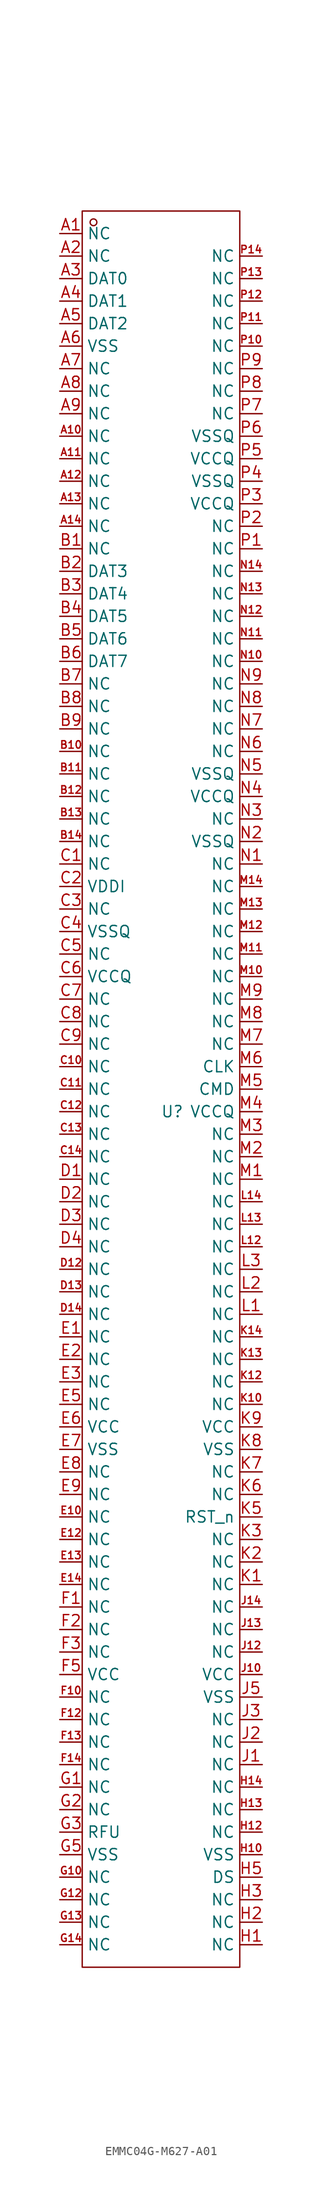
<source format=kicad_sym>
(kicad_symbol_lib
  (version 20231120)
  (generator "kicad_symbol_editor")
  (generator_version "8.0")
  (symbol "EMMC04G-M627-A01"
    (property "Reference" "U"
      (at 0 0 0)
      (effects (font (size 1.27 1.27))))
    (property "Value" ""
      (at 0 0 0)
      (effects (font (size 1.27 1.27))))
    (symbol "EMMC04G-M627-A01_1_0"
      (rectangle (start -10.16 -96.52) (end 7.62 101.6) (stroke (width 0) (type default)) (fill (type none)))
      (circle (center -8.89 100.33) (radius 0.381) (stroke (width 0) (type default)) (fill (type none)))
      (pin unspecified line (at -12.7 99.06 0) (length 2.54) (name "NC" (effects (font (size 1.27 1.27)))) (number "A1" (effects (font (size 1.27 1.27)))))
      (pin unspecified line (at -12.7 76.2 0) (length 2.54) (name "NC" (effects (font (size 1.27 1.27)))) (number "A10" (effects (font (size 0.847 0.847)))))
      (pin unspecified line (at -12.7 73.66 0) (length 2.54) (name "NC" (effects (font (size 1.27 1.27)))) (number "A11" (effects (font (size 0.847 0.847)))))
      (pin unspecified line (at -12.7 71.12 0) (length 2.54) (name "NC" (effects (font (size 1.27 1.27)))) (number "A12" (effects (font (size 0.847 0.847)))))
      (pin unspecified line (at -12.7 68.58 0) (length 2.54) (name "NC" (effects (font (size 1.27 1.27)))) (number "A13" (effects (font (size 0.847 0.847)))))
      (pin unspecified line (at -12.7 66.04 0) (length 2.54) (name "NC" (effects (font (size 1.27 1.27)))) (number "A14" (effects (font (size 0.847 0.847)))))
      (pin unspecified line (at -12.7 96.52 0) (length 2.54) (name "NC" (effects (font (size 1.27 1.27)))) (number "A2" (effects (font (size 1.27 1.27)))))
      (pin unspecified line (at -12.7 93.98 0) (length 2.54) (name "DAT0" (effects (font (size 1.27 1.27)))) (number "A3" (effects (font (size 1.27 1.27)))))
      (pin unspecified line (at -12.7 91.44 0) (length 2.54) (name "DAT1" (effects (font (size 1.27 1.27)))) (number "A4" (effects (font (size 1.27 1.27)))))
      (pin unspecified line (at -12.7 88.9 0) (length 2.54) (name "DAT2" (effects (font (size 1.27 1.27)))) (number "A5" (effects (font (size 1.27 1.27)))))
      (pin unspecified line (at -12.7 86.36 0) (length 2.54) (name "VSS" (effects (font (size 1.27 1.27)))) (number "A6" (effects (font (size 1.27 1.27)))))
      (pin unspecified line (at -12.7 83.82 0) (length 2.54) (name "NC" (effects (font (size 1.27 1.27)))) (number "A7" (effects (font (size 1.27 1.27)))))
      (pin unspecified line (at -12.7 81.28 0) (length 2.54) (name "NC" (effects (font (size 1.27 1.27)))) (number "A8" (effects (font (size 1.27 1.27)))))
      (pin unspecified line (at -12.7 78.74 0) (length 2.54) (name "NC" (effects (font (size 1.27 1.27)))) (number "A9" (effects (font (size 1.27 1.27)))))
      (pin unspecified line (at -12.7 63.5 0) (length 2.54) (name "NC" (effects (font (size 1.27 1.27)))) (number "B1" (effects (font (size 1.27 1.27)))))
      (pin unspecified line (at -12.7 40.64 0) (length 2.54) (name "NC" (effects (font (size 1.27 1.27)))) (number "B10" (effects (font (size 0.847 0.847)))))
      (pin unspecified line (at -12.7 38.1 0) (length 2.54) (name "NC" (effects (font (size 1.27 1.27)))) (number "B11" (effects (font (size 0.847 0.847)))))
      (pin unspecified line (at -12.7 35.56 0) (length 2.54) (name "NC" (effects (font (size 1.27 1.27)))) (number "B12" (effects (font (size 0.847 0.847)))))
      (pin unspecified line (at -12.7 33.02 0) (length 2.54) (name "NC" (effects (font (size 1.27 1.27)))) (number "B13" (effects (font (size 0.847 0.847)))))
      (pin unspecified line (at -12.7 30.48 0) (length 2.54) (name "NC" (effects (font (size 1.27 1.27)))) (number "B14" (effects (font (size 0.847 0.847)))))
      (pin unspecified line (at -12.7 60.96 0) (length 2.54) (name "DAT3" (effects (font (size 1.27 1.27)))) (number "B2" (effects (font (size 1.27 1.27)))))
      (pin unspecified line (at -12.7 58.42 0) (length 2.54) (name "DAT4" (effects (font (size 1.27 1.27)))) (number "B3" (effects (font (size 1.27 1.27)))))
      (pin unspecified line (at -12.7 55.88 0) (length 2.54) (name "DAT5" (effects (font (size 1.27 1.27)))) (number "B4" (effects (font (size 1.27 1.27)))))
      (pin unspecified line (at -12.7 53.34 0) (length 2.54) (name "DAT6" (effects (font (size 1.27 1.27)))) (number "B5" (effects (font (size 1.27 1.27)))))
      (pin unspecified line (at -12.7 50.8 0) (length 2.54) (name "DAT7" (effects (font (size 1.27 1.27)))) (number "B6" (effects (font (size 1.27 1.27)))))
      (pin unspecified line (at -12.7 48.26 0) (length 2.54) (name "NC" (effects (font (size 1.27 1.27)))) (number "B7" (effects (font (size 1.27 1.27)))))
      (pin unspecified line (at -12.7 45.72 0) (length 2.54) (name "NC" (effects (font (size 1.27 1.27)))) (number "B8" (effects (font (size 1.27 1.27)))))
      (pin unspecified line (at -12.7 43.18 0) (length 2.54) (name "NC" (effects (font (size 1.27 1.27)))) (number "B9" (effects (font (size 1.27 1.27)))))
      (pin unspecified line (at -12.7 27.94 0) (length 2.54) (name "NC" (effects (font (size 1.27 1.27)))) (number "C1" (effects (font (size 1.27 1.27)))))
      (pin unspecified line (at -12.7 5.08 0) (length 2.54) (name "NC" (effects (font (size 1.27 1.27)))) (number "C10" (effects (font (size 0.847 0.847)))))
      (pin unspecified line (at -12.7 2.54 0) (length 2.54) (name "NC" (effects (font (size 1.27 1.27)))) (number "C11" (effects (font (size 0.847 0.847)))))
      (pin unspecified line (at -12.7 0 0) (length 2.54) (name "NC" (effects (font (size 1.27 1.27)))) (number "C12" (effects (font (size 0.847 0.847)))))
      (pin unspecified line (at -12.7 -2.54 0) (length 2.54) (name "NC" (effects (font (size 1.27 1.27)))) (number "C13" (effects (font (size 0.847 0.847)))))
      (pin unspecified line (at -12.7 -5.08 0) (length 2.54) (name "NC" (effects (font (size 1.27 1.27)))) (number "C14" (effects (font (size 0.847 0.847)))))
      (pin unspecified line (at -12.7 25.4 0) (length 2.54) (name "VDDI" (effects (font (size 1.27 1.27)))) (number "C2" (effects (font (size 1.27 1.27)))))
      (pin unspecified line (at -12.7 22.86 0) (length 2.54) (name "NC" (effects (font (size 1.27 1.27)))) (number "C3" (effects (font (size 1.27 1.27)))))
      (pin unspecified line (at -12.7 20.32 0) (length 2.54) (name "VSSQ" (effects (font (size 1.27 1.27)))) (number "C4" (effects (font (size 1.27 1.27)))))
      (pin unspecified line (at -12.7 17.78 0) (length 2.54) (name "NC" (effects (font (size 1.27 1.27)))) (number "C5" (effects (font (size 1.27 1.27)))))
      (pin unspecified line (at -12.7 15.24 0) (length 2.54) (name "VCCQ" (effects (font (size 1.27 1.27)))) (number "C6" (effects (font (size 1.27 1.27)))))
      (pin unspecified line (at -12.7 12.7 0) (length 2.54) (name "NC" (effects (font (size 1.27 1.27)))) (number "C7" (effects (font (size 1.27 1.27)))))
      (pin unspecified line (at -12.7 10.16 0) (length 2.54) (name "NC" (effects (font (size 1.27 1.27)))) (number "C8" (effects (font (size 1.27 1.27)))))
      (pin unspecified line (at -12.7 7.62 0) (length 2.54) (name "NC" (effects (font (size 1.27 1.27)))) (number "C9" (effects (font (size 1.27 1.27)))))
      (pin unspecified line (at -12.7 -7.62 0) (length 2.54) (name "NC" (effects (font (size 1.27 1.27)))) (number "D1" (effects (font (size 1.27 1.27)))))
      (pin unspecified line (at -12.7 -17.78 0) (length 2.54) (name "NC" (effects (font (size 1.27 1.27)))) (number "D12" (effects (font (size 0.847 0.847)))))
      (pin unspecified line (at -12.7 -20.32 0) (length 2.54) (name "NC" (effects (font (size 1.27 1.27)))) (number "D13" (effects (font (size 0.847 0.847)))))
      (pin unspecified line (at -12.7 -22.86 0) (length 2.54) (name "NC" (effects (font (size 1.27 1.27)))) (number "D14" (effects (font (size 0.847 0.847)))))
      (pin unspecified line (at -12.7 -10.16 0) (length 2.54) (name "NC" (effects (font (size 1.27 1.27)))) (number "D2" (effects (font (size 1.27 1.27)))))
      (pin unspecified line (at -12.7 -12.7 0) (length 2.54) (name "NC" (effects (font (size 1.27 1.27)))) (number "D3" (effects (font (size 1.27 1.27)))))
      (pin unspecified line (at -12.7 -15.24 0) (length 2.54) (name "NC" (effects (font (size 1.27 1.27)))) (number "D4" (effects (font (size 1.27 1.27)))))
      (pin unspecified line (at -12.7 -25.4 0) (length 2.54) (name "NC" (effects (font (size 1.27 1.27)))) (number "E1" (effects (font (size 1.27 1.27)))))
      (pin unspecified line (at -12.7 -45.72 0) (length 2.54) (name "NC" (effects (font (size 1.27 1.27)))) (number "E10" (effects (font (size 0.847 0.847)))))
      (pin unspecified line (at -12.7 -48.26 0) (length 2.54) (name "NC" (effects (font (size 1.27 1.27)))) (number "E12" (effects (font (size 0.847 0.847)))))
      (pin unspecified line (at -12.7 -50.8 0) (length 2.54) (name "NC" (effects (font (size 1.27 1.27)))) (number "E13" (effects (font (size 0.847 0.847)))))
      (pin unspecified line (at -12.7 -53.34 0) (length 2.54) (name "NC" (effects (font (size 1.27 1.27)))) (number "E14" (effects (font (size 0.847 0.847)))))
      (pin unspecified line (at -12.7 -27.94 0) (length 2.54) (name "NC" (effects (font (size 1.27 1.27)))) (number "E2" (effects (font (size 1.27 1.27)))))
      (pin unspecified line (at -12.7 -30.48 0) (length 2.54) (name "NC" (effects (font (size 1.27 1.27)))) (number "E3" (effects (font (size 1.27 1.27)))))
      (pin unspecified line (at -12.7 -33.02 0) (length 2.54) (name "NC" (effects (font (size 1.27 1.27)))) (number "E5" (effects (font (size 1.27 1.27)))))
      (pin unspecified line (at -12.7 -35.56 0) (length 2.54) (name "VCC" (effects (font (size 1.27 1.27)))) (number "E6" (effects (font (size 1.27 1.27)))))
      (pin unspecified line (at -12.7 -38.1 0) (length 2.54) (name "VSS" (effects (font (size 1.27 1.27)))) (number "E7" (effects (font (size 1.27 1.27)))))
      (pin unspecified line (at -12.7 -40.64 0) (length 2.54) (name "NC" (effects (font (size 1.27 1.27)))) (number "E8" (effects (font (size 1.27 1.27)))))
      (pin unspecified line (at -12.7 -43.18 0) (length 2.54) (name "NC" (effects (font (size 1.27 1.27)))) (number "E9" (effects (font (size 1.27 1.27)))))
      (pin unspecified line (at -12.7 -55.88 0) (length 2.54) (name "NC" (effects (font (size 1.27 1.27)))) (number "F1" (effects (font (size 1.27 1.27)))))
      (pin unspecified line (at -12.7 -66.04 0) (length 2.54) (name "NC" (effects (font (size 1.27 1.27)))) (number "F10" (effects (font (size 0.847 0.847)))))
      (pin unspecified line (at -12.7 -68.58 0) (length 2.54) (name "NC" (effects (font (size 1.27 1.27)))) (number "F12" (effects (font (size 0.847 0.847)))))
      (pin unspecified line (at -12.7 -71.12 0) (length 2.54) (name "NC" (effects (font (size 1.27 1.27)))) (number "F13" (effects (font (size 0.847 0.847)))))
      (pin unspecified line (at -12.7 -73.66 0) (length 2.54) (name "NC" (effects (font (size 1.27 1.27)))) (number "F14" (effects (font (size 0.847 0.847)))))
      (pin unspecified line (at -12.7 -58.42 0) (length 2.54) (name "NC" (effects (font (size 1.27 1.27)))) (number "F2" (effects (font (size 1.27 1.27)))))
      (pin unspecified line (at -12.7 -60.96 0) (length 2.54) (name "NC" (effects (font (size 1.27 1.27)))) (number "F3" (effects (font (size 1.27 1.27)))))
      (pin unspecified line (at -12.7 -63.5 0) (length 2.54) (name "VCC" (effects (font (size 1.27 1.27)))) (number "F5" (effects (font (size 1.27 1.27)))))
      (pin unspecified line (at -12.7 -76.2 0) (length 2.54) (name "NC" (effects (font (size 1.27 1.27)))) (number "G1" (effects (font (size 1.27 1.27)))))
      (pin unspecified line (at -12.7 -86.36 0) (length 2.54) (name "NC" (effects (font (size 1.27 1.27)))) (number "G10" (effects (font (size 0.847 0.847)))))
      (pin unspecified line (at -12.7 -88.9 0) (length 2.54) (name "NC" (effects (font (size 1.27 1.27)))) (number "G12" (effects (font (size 0.847 0.847)))))
      (pin unspecified line (at -12.7 -91.44 0) (length 2.54) (name "NC" (effects (font (size 1.27 1.27)))) (number "G13" (effects (font (size 0.847 0.847)))))
      (pin unspecified line (at -12.7 -93.98 0) (length 2.54) (name "NC" (effects (font (size 1.27 1.27)))) (number "G14" (effects (font (size 0.847 0.847)))))
      (pin unspecified line (at -12.7 -78.74 0) (length 2.54) (name "NC" (effects (font (size 1.27 1.27)))) (number "G2" (effects (font (size 1.27 1.27)))))
      (pin unspecified line (at -12.7 -81.28 0) (length 2.54) (name "RFU" (effects (font (size 1.27 1.27)))) (number "G3" (effects (font (size 1.27 1.27)))))
      (pin unspecified line (at -12.7 -83.82 0) (length 2.54) (name "VSS" (effects (font (size 1.27 1.27)))) (number "G5" (effects (font (size 1.27 1.27)))))
      (pin unspecified line (at 10.16 -93.98 180) (length 2.54) (name "NC" (effects (font (size 1.27 1.27)))) (number "H1" (effects (font (size 1.27 1.27)))))
      (pin unspecified line (at 10.16 -83.82 180) (length 2.54) (name "VSS" (effects (font (size 1.27 1.27)))) (number "H10" (effects (font (size 0.847 0.847)))))
      (pin unspecified line (at 10.16 -81.28 180) (length 2.54) (name "NC" (effects (font (size 1.27 1.27)))) (number "H12" (effects (font (size 0.847 0.847)))))
      (pin unspecified line (at 10.16 -78.74 180) (length 2.54) (name "NC" (effects (font (size 1.27 1.27)))) (number "H13" (effects (font (size 0.847 0.847)))))
      (pin unspecified line (at 10.16 -76.2 180) (length 2.54) (name "NC" (effects (font (size 1.27 1.27)))) (number "H14" (effects (font (size 0.847 0.847)))))
      (pin unspecified line (at 10.16 -91.44 180) (length 2.54) (name "NC" (effects (font (size 1.27 1.27)))) (number "H2" (effects (font (size 1.27 1.27)))))
      (pin unspecified line (at 10.16 -88.9 180) (length 2.54) (name "NC" (effects (font (size 1.27 1.27)))) (number "H3" (effects (font (size 1.27 1.27)))))
      (pin unspecified line (at 10.16 -86.36 180) (length 2.54) (name "DS" (effects (font (size 1.27 1.27)))) (number "H5" (effects (font (size 1.27 1.27)))))
      (pin unspecified line (at 10.16 -73.66 180) (length 2.54) (name "NC" (effects (font (size 1.27 1.27)))) (number "J1" (effects (font (size 1.27 1.27)))))
      (pin unspecified line (at 10.16 -63.5 180) (length 2.54) (name "VCC" (effects (font (size 1.27 1.27)))) (number "J10" (effects (font (size 0.847 0.847)))))
      (pin unspecified line (at 10.16 -60.96 180) (length 2.54) (name "NC" (effects (font (size 1.27 1.27)))) (number "J12" (effects (font (size 0.847 0.847)))))
      (pin unspecified line (at 10.16 -58.42 180) (length 2.54) (name "NC" (effects (font (size 1.27 1.27)))) (number "J13" (effects (font (size 0.847 0.847)))))
      (pin unspecified line (at 10.16 -55.88 180) (length 2.54) (name "NC" (effects (font (size 1.27 1.27)))) (number "J14" (effects (font (size 0.847 0.847)))))
      (pin unspecified line (at 10.16 -71.12 180) (length 2.54) (name "NC" (effects (font (size 1.27 1.27)))) (number "J2" (effects (font (size 1.27 1.27)))))
      (pin unspecified line (at 10.16 -68.58 180) (length 2.54) (name "NC" (effects (font (size 1.27 1.27)))) (number "J3" (effects (font (size 1.27 1.27)))))
      (pin unspecified line (at 10.16 -66.04 180) (length 2.54) (name "VSS" (effects (font (size 1.27 1.27)))) (number "J5" (effects (font (size 1.27 1.27)))))
      (pin unspecified line (at 10.16 -53.34 180) (length 2.54) (name "NC" (effects (font (size 1.27 1.27)))) (number "K1" (effects (font (size 1.27 1.27)))))
      (pin unspecified line (at 10.16 -33.02 180) (length 2.54) (name "NC" (effects (font (size 1.27 1.27)))) (number "K10" (effects (font (size 0.847 0.847)))))
      (pin unspecified line (at 10.16 -30.48 180) (length 2.54) (name "NC" (effects (font (size 1.27 1.27)))) (number "K12" (effects (font (size 0.847 0.847)))))
      (pin unspecified line (at 10.16 -27.94 180) (length 2.54) (name "NC" (effects (font (size 1.27 1.27)))) (number "K13" (effects (font (size 0.847 0.847)))))
      (pin unspecified line (at 10.16 -25.4 180) (length 2.54) (name "NC" (effects (font (size 1.27 1.27)))) (number "K14" (effects (font (size 0.847 0.847)))))
      (pin unspecified line (at 10.16 -50.8 180) (length 2.54) (name "NC" (effects (font (size 1.27 1.27)))) (number "K2" (effects (font (size 1.27 1.27)))))
      (pin unspecified line (at 10.16 -48.26 180) (length 2.54) (name "NC" (effects (font (size 1.27 1.27)))) (number "K3" (effects (font (size 1.27 1.27)))))
      (pin unspecified line (at 10.16 -45.72 180) (length 2.54) (name "RST_n" (effects (font (size 1.27 1.27)))) (number "K5" (effects (font (size 1.27 1.27)))))
      (pin unspecified line (at 10.16 -43.18 180) (length 2.54) (name "NC" (effects (font (size 1.27 1.27)))) (number "K6" (effects (font (size 1.27 1.27)))))
      (pin unspecified line (at 10.16 -40.64 180) (length 2.54) (name "NC" (effects (font (size 1.27 1.27)))) (number "K7" (effects (font (size 1.27 1.27)))))
      (pin unspecified line (at 10.16 -38.1 180) (length 2.54) (name "VSS" (effects (font (size 1.27 1.27)))) (number "K8" (effects (font (size 1.27 1.27)))))
      (pin unspecified line (at 10.16 -35.56 180) (length 2.54) (name "VCC" (effects (font (size 1.27 1.27)))) (number "K9" (effects (font (size 1.27 1.27)))))
      (pin unspecified line (at 10.16 -22.86 180) (length 2.54) (name "NC" (effects (font (size 1.27 1.27)))) (number "L1" (effects (font (size 1.27 1.27)))))
      (pin unspecified line (at 10.16 -15.24 180) (length 2.54) (name "NC" (effects (font (size 1.27 1.27)))) (number "L12" (effects (font (size 0.847 0.847)))))
      (pin unspecified line (at 10.16 -12.7 180) (length 2.54) (name "NC" (effects (font (size 1.27 1.27)))) (number "L13" (effects (font (size 0.847 0.847)))))
      (pin unspecified line (at 10.16 -10.16 180) (length 2.54) (name "NC" (effects (font (size 1.27 1.27)))) (number "L14" (effects (font (size 0.847 0.847)))))
      (pin unspecified line (at 10.16 -20.32 180) (length 2.54) (name "NC" (effects (font (size 1.27 1.27)))) (number "L2" (effects (font (size 1.27 1.27)))))
      (pin unspecified line (at 10.16 -17.78 180) (length 2.54) (name "NC" (effects (font (size 1.27 1.27)))) (number "L3" (effects (font (size 1.27 1.27)))))
      (pin unspecified line (at 10.16 -7.62 180) (length 2.54) (name "NC" (effects (font (size 1.27 1.27)))) (number "M1" (effects (font (size 1.27 1.27)))))
      (pin unspecified line (at 10.16 15.24 180) (length 2.54) (name "NC" (effects (font (size 1.27 1.27)))) (number "M10" (effects (font (size 0.847 0.847)))))
      (pin unspecified line (at 10.16 17.78 180) (length 2.54) (name "NC" (effects (font (size 1.27 1.27)))) (number "M11" (effects (font (size 0.847 0.847)))))
      (pin unspecified line (at 10.16 20.32 180) (length 2.54) (name "NC" (effects (font (size 1.27 1.27)))) (number "M12" (effects (font (size 0.847 0.847)))))
      (pin unspecified line (at 10.16 22.86 180) (length 2.54) (name "NC" (effects (font (size 1.27 1.27)))) (number "M13" (effects (font (size 0.847 0.847)))))
      (pin unspecified line (at 10.16 25.4 180) (length 2.54) (name "NC" (effects (font (size 1.27 1.27)))) (number "M14" (effects (font (size 0.847 0.847)))))
      (pin unspecified line (at 10.16 -5.08 180) (length 2.54) (name "NC" (effects (font (size 1.27 1.27)))) (number "M2" (effects (font (size 1.27 1.27)))))
      (pin unspecified line (at 10.16 -2.54 180) (length 2.54) (name "NC" (effects (font (size 1.27 1.27)))) (number "M3" (effects (font (size 1.27 1.27)))))
      (pin unspecified line (at 10.16 0 180) (length 2.54) (name "VCCQ" (effects (font (size 1.27 1.27)))) (number "M4" (effects (font (size 1.27 1.27)))))
      (pin unspecified line (at 10.16 2.54 180) (length 2.54) (name "CMD" (effects (font (size 1.27 1.27)))) (number "M5" (effects (font (size 1.27 1.27)))))
      (pin unspecified line (at 10.16 5.08 180) (length 2.54) (name "CLK" (effects (font (size 1.27 1.27)))) (number "M6" (effects (font (size 1.27 1.27)))))
      (pin unspecified line (at 10.16 7.62 180) (length 2.54) (name "NC" (effects (font (size 1.27 1.27)))) (number "M7" (effects (font (size 1.27 1.27)))))
      (pin unspecified line (at 10.16 10.16 180) (length 2.54) (name "NC" (effects (font (size 1.27 1.27)))) (number "M8" (effects (font (size 1.27 1.27)))))
      (pin unspecified line (at 10.16 12.7 180) (length 2.54) (name "NC" (effects (font (size 1.27 1.27)))) (number "M9" (effects (font (size 1.27 1.27)))))
      (pin unspecified line (at 10.16 27.94 180) (length 2.54) (name "NC" (effects (font (size 1.27 1.27)))) (number "N1" (effects (font (size 1.27 1.27)))))
      (pin unspecified line (at 10.16 50.8 180) (length 2.54) (name "NC" (effects (font (size 1.27 1.27)))) (number "N10" (effects (font (size 0.847 0.847)))))
      (pin unspecified line (at 10.16 53.34 180) (length 2.54) (name "NC" (effects (font (size 1.27 1.27)))) (number "N11" (effects (font (size 0.847 0.847)))))
      (pin unspecified line (at 10.16 55.88 180) (length 2.54) (name "NC" (effects (font (size 1.27 1.27)))) (number "N12" (effects (font (size 0.847 0.847)))))
      (pin unspecified line (at 10.16 58.42 180) (length 2.54) (name "NC" (effects (font (size 1.27 1.27)))) (number "N13" (effects (font (size 0.847 0.847)))))
      (pin unspecified line (at 10.16 60.96 180) (length 2.54) (name "NC" (effects (font (size 1.27 1.27)))) (number "N14" (effects (font (size 0.847 0.847)))))
      (pin unspecified line (at 10.16 30.48 180) (length 2.54) (name "VSSQ" (effects (font (size 1.27 1.27)))) (number "N2" (effects (font (size 1.27 1.27)))))
      (pin unspecified line (at 10.16 33.02 180) (length 2.54) (name "NC" (effects (font (size 1.27 1.27)))) (number "N3" (effects (font (size 1.27 1.27)))))
      (pin unspecified line (at 10.16 35.56 180) (length 2.54) (name "VCCQ" (effects (font (size 1.27 1.27)))) (number "N4" (effects (font (size 1.27 1.27)))))
      (pin unspecified line (at 10.16 38.1 180) (length 2.54) (name "VSSQ" (effects (font (size 1.27 1.27)))) (number "N5" (effects (font (size 1.27 1.27)))))
      (pin unspecified line (at 10.16 40.64 180) (length 2.54) (name "NC" (effects (font (size 1.27 1.27)))) (number "N6" (effects (font (size 1.27 1.27)))))
      (pin unspecified line (at 10.16 43.18 180) (length 2.54) (name "NC" (effects (font (size 1.27 1.27)))) (number "N7" (effects (font (size 1.27 1.27)))))
      (pin unspecified line (at 10.16 45.72 180) (length 2.54) (name "NC" (effects (font (size 1.27 1.27)))) (number "N8" (effects (font (size 1.27 1.27)))))
      (pin unspecified line (at 10.16 48.26 180) (length 2.54) (name "NC" (effects (font (size 1.27 1.27)))) (number "N9" (effects (font (size 1.27 1.27)))))
      (pin unspecified line (at 10.16 63.5 180) (length 2.54) (name "NC" (effects (font (size 1.27 1.27)))) (number "P1" (effects (font (size 1.27 1.27)))))
      (pin unspecified line (at 10.16 86.36 180) (length 2.54) (name "NC" (effects (font (size 1.27 1.27)))) (number "P10" (effects (font (size 0.847 0.847)))))
      (pin unspecified line (at 10.16 88.9 180) (length 2.54) (name "NC" (effects (font (size 1.27 1.27)))) (number "P11" (effects (font (size 0.847 0.847)))))
      (pin unspecified line (at 10.16 91.44 180) (length 2.54) (name "NC" (effects (font (size 1.27 1.27)))) (number "P12" (effects (font (size 0.847 0.847)))))
      (pin unspecified line (at 10.16 93.98 180) (length 2.54) (name "NC" (effects (font (size 1.27 1.27)))) (number "P13" (effects (font (size 0.847 0.847)))))
      (pin unspecified line (at 10.16 96.52 180) (length 2.54) (name "NC" (effects (font (size 1.27 1.27)))) (number "P14" (effects (font (size 0.847 0.847)))))
      (pin unspecified line (at 10.16 66.04 180) (length 2.54) (name "NC" (effects (font (size 1.27 1.27)))) (number "P2" (effects (font (size 1.27 1.27)))))
      (pin unspecified line (at 10.16 68.58 180) (length 2.54) (name "VCCQ" (effects (font (size 1.27 1.27)))) (number "P3" (effects (font (size 1.27 1.27)))))
      (pin unspecified line (at 10.16 71.12 180) (length 2.54) (name "VSSQ" (effects (font (size 1.27 1.27)))) (number "P4" (effects (font (size 1.27 1.27)))))
      (pin unspecified line (at 10.16 73.66 180) (length 2.54) (name "VCCQ" (effects (font (size 1.27 1.27)))) (number "P5" (effects (font (size 1.27 1.27)))))
      (pin unspecified line (at 10.16 76.2 180) (length 2.54) (name "VSSQ" (effects (font (size 1.27 1.27)))) (number "P6" (effects (font (size 1.27 1.27)))))
      (pin unspecified line (at 10.16 78.74 180) (length 2.54) (name "NC" (effects (font (size 1.27 1.27)))) (number "P7" (effects (font (size 1.27 1.27)))))
      (pin unspecified line (at 10.16 81.28 180) (length 2.54) (name "NC" (effects (font (size 1.27 1.27)))) (number "P8" (effects (font (size 1.27 1.27)))))
      (pin unspecified line (at 10.16 83.82 180) (length 2.54) (name "NC" (effects (font (size 1.27 1.27)))) (number "P9" (effects (font (size 1.27 1.27))))))))
</source>
